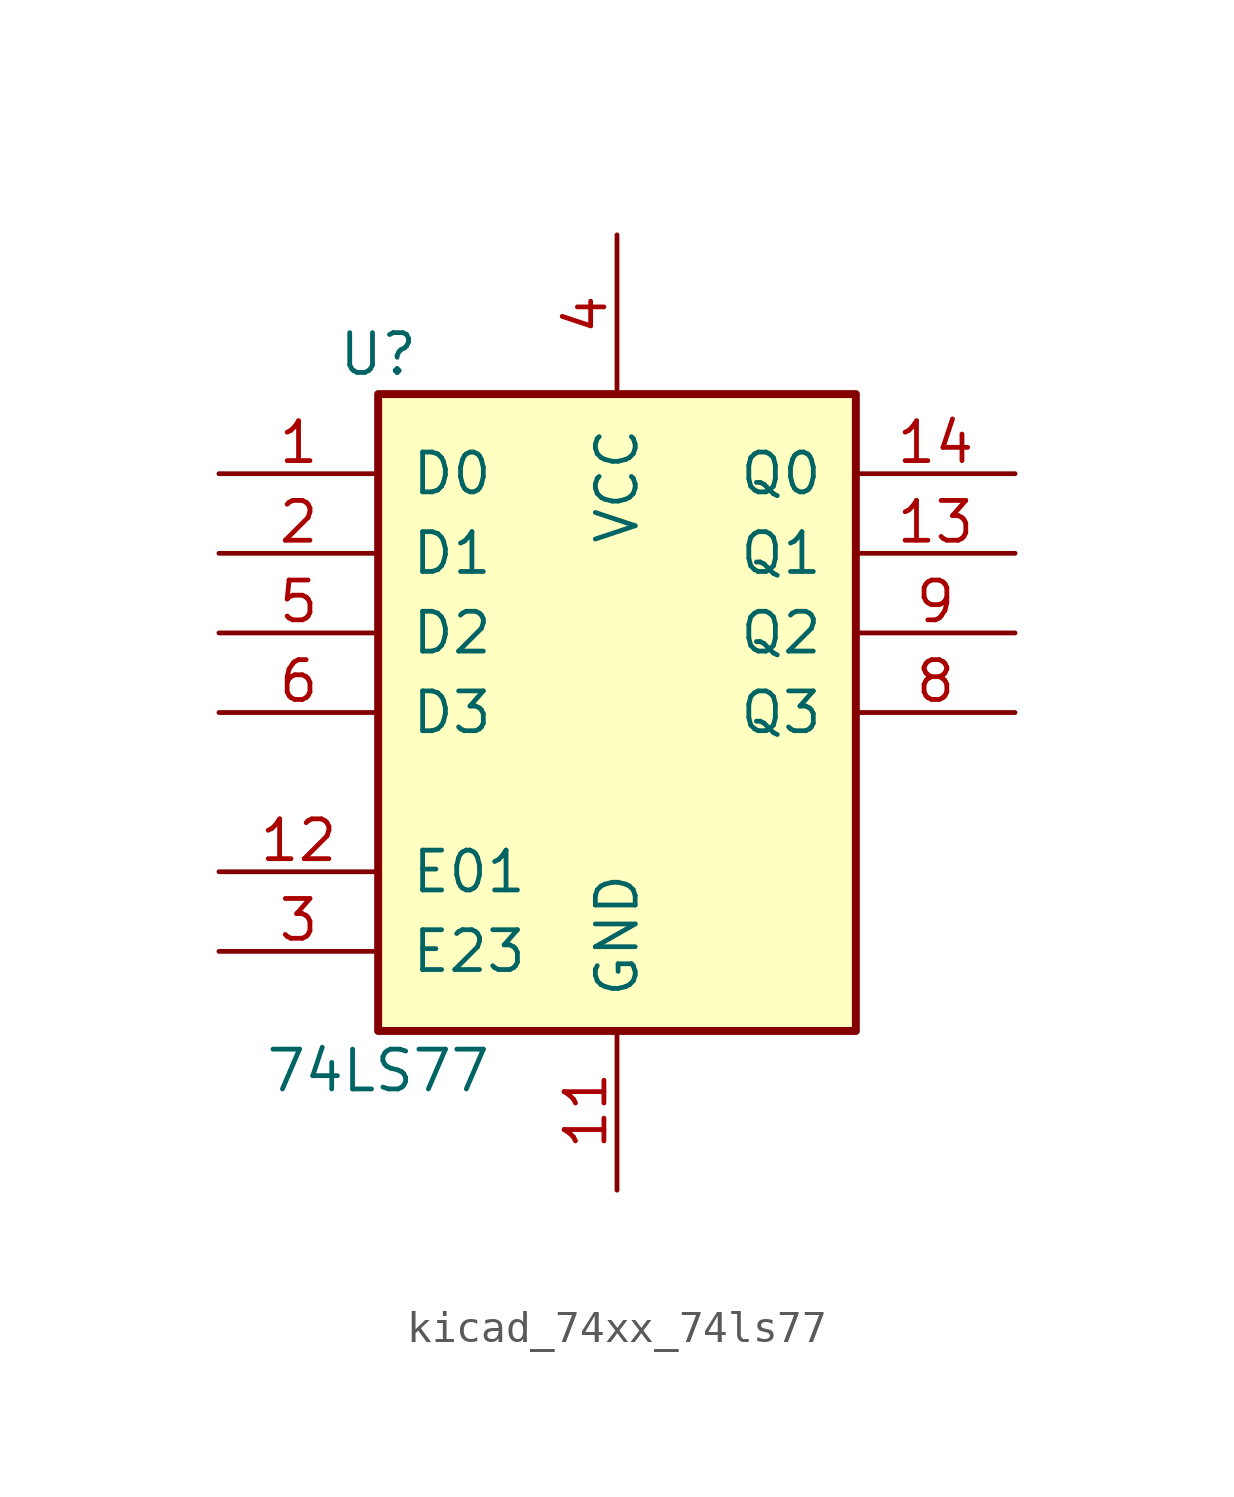
<source format=kicad_sym>
(kicad_symbol_lib
  (version 20220914)
  (generator kicad_symbol_editor)
  (symbol "kicad_74xx_74ls77"
    (pin_names
      (offset 1.016))
    (property "Reference" "U"
      (at -7.62 11.43 0)
      (effects (font (size 1.27 1.27))))
    (property "Value" "74LS77"
      (at -7.62 -11.43 0)
      (effects (font (size 1.27 1.27))))
    (property "ki_locked" ""
      (at 0 0 0)
      (effects (font (size 1.27 1.27))))
    (symbol "kicad_74xx_74ls77_1_0"
      (pin input line (at -12.7 7.62 0) (length 5.08) (name "D0" (effects (font (size 1.27 1.27)))) (number "1" (effects (font (size 1.27 1.27)))))
      (pin power_in line (at 0 -15.24 90) (length 5.08) (name "GND" (effects (font (size 1.27 1.27)))) (number "11" (effects (font (size 1.27 1.27)))))
      (pin input line (at -12.7 -5.08 0) (length 5.08) (name "E01" (effects (font (size 1.27 1.27)))) (number "12" (effects (font (size 1.27 1.27)))))
      (pin output line (at 12.7 5.08 180) (length 5.08) (name "Q1" (effects (font (size 1.27 1.27)))) (number "13" (effects (font (size 1.27 1.27)))))
      (pin output line (at 12.7 7.62 180) (length 5.08) (name "Q0" (effects (font (size 1.27 1.27)))) (number "14" (effects (font (size 1.27 1.27)))))
      (pin input line (at -12.7 5.08 0) (length 5.08) (name "D1" (effects (font (size 1.27 1.27)))) (number "2" (effects (font (size 1.27 1.27)))))
      (pin input line (at -12.7 -7.62 0) (length 5.08) (name "E23" (effects (font (size 1.27 1.27)))) (number "3" (effects (font (size 1.27 1.27)))))
      (pin power_in line (at 0 15.24 270) (length 5.08) (name "VCC" (effects (font (size 1.27 1.27)))) (number "4" (effects (font (size 1.27 1.27)))))
      (pin input line (at -12.7 2.54 0) (length 5.08) (name "D2" (effects (font (size 1.27 1.27)))) (number "5" (effects (font (size 1.27 1.27)))))
      (pin input line (at -12.7 0 0) (length 5.08) (name "D3" (effects (font (size 1.27 1.27)))) (number "6" (effects (font (size 1.27 1.27)))))
      (pin output line (at 12.7 0 180) (length 5.08) (name "Q3" (effects (font (size 1.27 1.27)))) (number "8" (effects (font (size 1.27 1.27)))))
      (pin output line (at 12.7 2.54 180) (length 5.08) (name "Q2" (effects (font (size 1.27 1.27)))) (number "9" (effects (font (size 1.27 1.27))))))
    (symbol "kicad_74xx_74ls77_1_1"
      (rectangle (start -7.62 10.16) (end 7.62 -10.16) (stroke (width 0.254) (type default)) (fill (type background))))))
</source>
